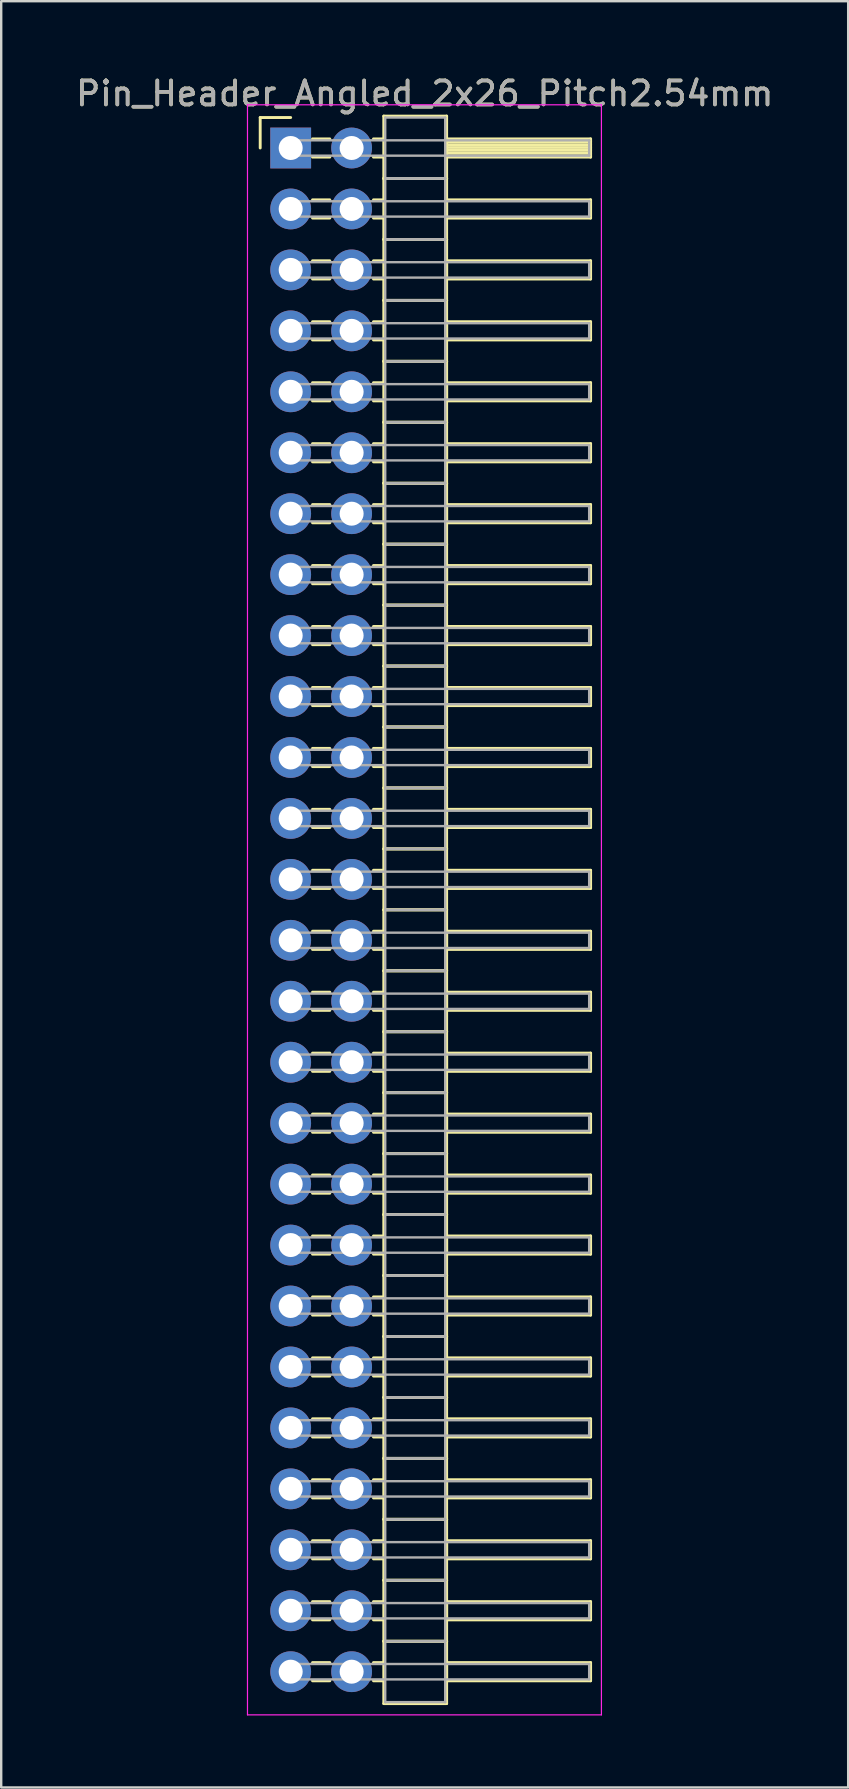
<source format=kicad_pcb>
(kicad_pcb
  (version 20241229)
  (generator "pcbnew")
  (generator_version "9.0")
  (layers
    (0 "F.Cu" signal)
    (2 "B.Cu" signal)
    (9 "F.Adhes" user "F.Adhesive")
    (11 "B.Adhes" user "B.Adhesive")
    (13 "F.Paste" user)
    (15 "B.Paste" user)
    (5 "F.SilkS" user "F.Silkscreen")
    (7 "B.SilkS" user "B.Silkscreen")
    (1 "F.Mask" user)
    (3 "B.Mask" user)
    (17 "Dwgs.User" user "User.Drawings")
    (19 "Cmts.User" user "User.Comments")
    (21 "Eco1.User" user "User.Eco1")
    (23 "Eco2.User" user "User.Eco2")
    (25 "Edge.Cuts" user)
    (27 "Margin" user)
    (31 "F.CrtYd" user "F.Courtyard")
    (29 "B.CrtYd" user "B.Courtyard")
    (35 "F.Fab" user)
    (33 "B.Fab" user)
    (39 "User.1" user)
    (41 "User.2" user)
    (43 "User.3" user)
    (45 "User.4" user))
  (footprint "Pin_Header_Angled_2x26_Pitch2.54mm"
    (layer "F.Cu")
    (at 9.064 3.118)
    (property "Reference" "Pin_Header_Angled_2x26_Pitch2.54mm" (at 5.585 -2.27 0) (layer "F.SilkS") (effects (font (size 1 1) (thickness 0.15))))
    (attr through_hole)
    (fp_line (start -1.27 -1.27) (end 0 -1.27) (stroke (width 0.12) (type solid)) (layer "F.SilkS"))
    (fp_line (start -1.27 0) (end -1.27 -1.27) (stroke (width 0.12) (type solid)) (layer "F.SilkS"))
    (fp_line (start 0.91 -0.38) (end 1.63 -0.38) (stroke (width 0.12) (type solid)) (layer "F.SilkS"))
    (fp_line (start 0.91 0.38) (end 1.63 0.38) (stroke (width 0.12) (type solid)) (layer "F.SilkS"))
    (fp_line (start 0.91 2.16) (end 1.63 2.16) (stroke (width 0.12) (type solid)) (layer "F.SilkS"))
    (fp_line (start 0.91 2.92) (end 1.63 2.92) (stroke (width 0.12) (type solid)) (layer "F.SilkS"))
    (fp_line (start 0.91 4.7) (end 1.63 4.7) (stroke (width 0.12) (type solid)) (layer "F.SilkS"))
    (fp_line (start 0.91 5.46) (end 1.63 5.46) (stroke (width 0.12) (type solid)) (layer "F.SilkS"))
    (fp_line (start 0.91 7.24) (end 1.63 7.24) (stroke (width 0.12) (type solid)) (layer "F.SilkS"))
    (fp_line (start 0.91 8) (end 1.63 8) (stroke (width 0.12) (type solid)) (layer "F.SilkS"))
    (fp_line (start 0.91 9.78) (end 1.63 9.78) (stroke (width 0.12) (type solid)) (layer "F.SilkS"))
    (fp_line (start 0.91 10.54) (end 1.63 10.54) (stroke (width 0.12) (type solid)) (layer "F.SilkS"))
    (fp_line (start 0.91 12.32) (end 1.63 12.32) (stroke (width 0.12) (type solid)) (layer "F.SilkS"))
    (fp_line (start 0.91 13.08) (end 1.63 13.08) (stroke (width 0.12) (type solid)) (layer "F.SilkS"))
    (fp_line (start 0.91 14.86) (end 1.63 14.86) (stroke (width 0.12) (type solid)) (layer "F.SilkS"))
    (fp_line (start 0.91 15.62) (end 1.63 15.62) (stroke (width 0.12) (type solid)) (layer "F.SilkS"))
    (fp_line (start 0.91 17.4) (end 1.63 17.4) (stroke (width 0.12) (type solid)) (layer "F.SilkS"))
    (fp_line (start 0.91 18.16) (end 1.63 18.16) (stroke (width 0.12) (type solid)) (layer "F.SilkS"))
    (fp_line (start 0.91 19.94) (end 1.63 19.94) (stroke (width 0.12) (type solid)) (layer "F.SilkS"))
    (fp_line (start 0.91 20.7) (end 1.63 20.7) (stroke (width 0.12) (type solid)) (layer "F.SilkS"))
    (fp_line (start 0.91 22.48) (end 1.63 22.48) (stroke (width 0.12) (type solid)) (layer "F.SilkS"))
    (fp_line (start 0.91 23.24) (end 1.63 23.24) (stroke (width 0.12) (type solid)) (layer "F.SilkS"))
    (fp_line (start 0.91 25.02) (end 1.63 25.02) (stroke (width 0.12) (type solid)) (layer "F.SilkS"))
    (fp_line (start 0.91 25.78) (end 1.63 25.78) (stroke (width 0.12) (type solid)) (layer "F.SilkS"))
    (fp_line (start 0.91 27.56) (end 1.63 27.56) (stroke (width 0.12) (type solid)) (layer "F.SilkS"))
    (fp_line (start 0.91 28.32) (end 1.63 28.32) (stroke (width 0.12) (type solid)) (layer "F.SilkS"))
    (fp_line (start 0.91 30.1) (end 1.63 30.1) (stroke (width 0.12) (type solid)) (layer "F.SilkS"))
    (fp_line (start 0.91 30.86) (end 1.63 30.86) (stroke (width 0.12) (type solid)) (layer "F.SilkS"))
    (fp_line (start 0.91 32.64) (end 1.63 32.64) (stroke (width 0.12) (type solid)) (layer "F.SilkS"))
    (fp_line (start 0.91 33.4) (end 1.63 33.4) (stroke (width 0.12) (type solid)) (layer "F.SilkS"))
    (fp_line (start 0.91 35.18) (end 1.63 35.18) (stroke (width 0.12) (type solid)) (layer "F.SilkS"))
    (fp_line (start 0.91 35.94) (end 1.63 35.94) (stroke (width 0.12) (type solid)) (layer "F.SilkS"))
    (fp_line (start 0.91 37.72) (end 1.63 37.72) (stroke (width 0.12) (type solid)) (layer "F.SilkS"))
    (fp_line (start 0.91 38.48) (end 1.63 38.48) (stroke (width 0.12) (type solid)) (layer "F.SilkS"))
    (fp_line (start 0.91 40.26) (end 1.63 40.26) (stroke (width 0.12) (type solid)) (layer "F.SilkS"))
    (fp_line (start 0.91 41.02) (end 1.63 41.02) (stroke (width 0.12) (type solid)) (layer "F.SilkS"))
    (fp_line (start 0.91 42.8) (end 1.63 42.8) (stroke (width 0.12) (type solid)) (layer "F.SilkS"))
    (fp_line (start 0.91 43.56) (end 1.63 43.56) (stroke (width 0.12) (type solid)) (layer "F.SilkS"))
    (fp_line (start 0.91 45.34) (end 1.63 45.34) (stroke (width 0.12) (type solid)) (layer "F.SilkS"))
    (fp_line (start 0.91 46.1) (end 1.63 46.1) (stroke (width 0.12) (type solid)) (layer "F.SilkS"))
    (fp_line (start 0.91 47.88) (end 1.63 47.88) (stroke (width 0.12) (type solid)) (layer "F.SilkS"))
    (fp_line (start 0.91 48.64) (end 1.63 48.64) (stroke (width 0.12) (type solid)) (layer "F.SilkS"))
    (fp_line (start 0.91 50.42) (end 1.63 50.42) (stroke (width 0.12) (type solid)) (layer "F.SilkS"))
    (fp_line (start 0.91 51.18) (end 1.63 51.18) (stroke (width 0.12) (type solid)) (layer "F.SilkS"))
    (fp_line (start 0.91 52.96) (end 1.63 52.96) (stroke (width 0.12) (type solid)) (layer "F.SilkS"))
    (fp_line (start 0.91 53.72) (end 1.63 53.72) (stroke (width 0.12) (type solid)) (layer "F.SilkS"))
    (fp_line (start 0.91 55.5) (end 1.63 55.5) (stroke (width 0.12) (type solid)) (layer "F.SilkS"))
    (fp_line (start 0.91 56.26) (end 1.63 56.26) (stroke (width 0.12) (type solid)) (layer "F.SilkS"))
    (fp_line (start 0.91 58.04) (end 1.63 58.04) (stroke (width 0.12) (type solid)) (layer "F.SilkS"))
    (fp_line (start 0.91 58.8) (end 1.63 58.8) (stroke (width 0.12) (type solid)) (layer "F.SilkS"))
    (fp_line (start 0.91 60.58) (end 1.63 60.58) (stroke (width 0.12) (type solid)) (layer "F.SilkS"))
    (fp_line (start 0.91 61.34) (end 1.63 61.34) (stroke (width 0.12) (type solid)) (layer "F.SilkS"))
    (fp_line (start 0.91 63.12) (end 1.63 63.12) (stroke (width 0.12) (type solid)) (layer "F.SilkS"))
    (fp_line (start 0.91 63.88) (end 1.63 63.88) (stroke (width 0.12) (type solid)) (layer "F.SilkS"))
    (fp_line (start 3.45 -0.38) (end 3.88 -0.38) (stroke (width 0.12) (type solid)) (layer "F.SilkS"))
    (fp_line (start 3.45 0.38) (end 3.88 0.38) (stroke (width 0.12) (type solid)) (layer "F.SilkS"))
    (fp_line (start 3.45 2.16) (end 3.88 2.16) (stroke (width 0.12) (type solid)) (layer "F.SilkS"))
    (fp_line (start 3.45 2.92) (end 3.88 2.92) (stroke (width 0.12) (type solid)) (layer "F.SilkS"))
    (fp_line (start 3.45 4.7) (end 3.88 4.7) (stroke (width 0.12) (type solid)) (layer "F.SilkS"))
    (fp_line (start 3.45 5.46) (end 3.88 5.46) (stroke (width 0.12) (type solid)) (layer "F.SilkS"))
    (fp_line (start 3.45 7.24) (end 3.88 7.24) (stroke (width 0.12) (type solid)) (layer "F.SilkS"))
    (fp_line (start 3.45 8) (end 3.88 8) (stroke (width 0.12) (type solid)) (layer "F.SilkS"))
    (fp_line (start 3.45 9.78) (end 3.88 9.78) (stroke (width 0.12) (type solid)) (layer "F.SilkS"))
    (fp_line (start 3.45 10.54) (end 3.88 10.54) (stroke (width 0.12) (type solid)) (layer "F.SilkS"))
    (fp_line (start 3.45 12.32) (end 3.88 12.32) (stroke (width 0.12) (type solid)) (layer "F.SilkS"))
    (fp_line (start 3.45 13.08) (end 3.88 13.08) (stroke (width 0.12) (type solid)) (layer "F.SilkS"))
    (fp_line (start 3.45 14.86) (end 3.88 14.86) (stroke (width 0.12) (type solid)) (layer "F.SilkS"))
    (fp_line (start 3.45 15.62) (end 3.88 15.62) (stroke (width 0.12) (type solid)) (layer "F.SilkS"))
    (fp_line (start 3.45 17.4) (end 3.88 17.4) (stroke (width 0.12) (type solid)) (layer "F.SilkS"))
    (fp_line (start 3.45 18.16) (end 3.88 18.16) (stroke (width 0.12) (type solid)) (layer "F.SilkS"))
    (fp_line (start 3.45 19.94) (end 3.88 19.94) (stroke (width 0.12) (type solid)) (layer "F.SilkS"))
    (fp_line (start 3.45 20.7) (end 3.88 20.7) (stroke (width 0.12) (type solid)) (layer "F.SilkS"))
    (fp_line (start 3.45 22.48) (end 3.88 22.48) (stroke (width 0.12) (type solid)) (layer "F.SilkS"))
    (fp_line (start 3.45 23.24) (end 3.88 23.24) (stroke (width 0.12) (type solid)) (layer "F.SilkS"))
    (fp_line (start 3.45 25.02) (end 3.88 25.02) (stroke (width 0.12) (type solid)) (layer "F.SilkS"))
    (fp_line (start 3.45 25.78) (end 3.88 25.78) (stroke (width 0.12) (type solid)) (layer "F.SilkS"))
    (fp_line (start 3.45 27.56) (end 3.88 27.56) (stroke (width 0.12) (type solid)) (layer "F.SilkS"))
    (fp_line (start 3.45 28.32) (end 3.88 28.32) (stroke (width 0.12) (type solid)) (layer "F.SilkS"))
    (fp_line (start 3.45 30.1) (end 3.88 30.1) (stroke (width 0.12) (type solid)) (layer "F.SilkS"))
    (fp_line (start 3.45 30.86) (end 3.88 30.86) (stroke (width 0.12) (type solid)) (layer "F.SilkS"))
    (fp_line (start 3.45 32.64) (end 3.88 32.64) (stroke (width 0.12) (type solid)) (layer "F.SilkS"))
    (fp_line (start 3.45 33.4) (end 3.88 33.4) (stroke (width 0.12) (type solid)) (layer "F.SilkS"))
    (fp_line (start 3.45 35.18) (end 3.88 35.18) (stroke (width 0.12) (type solid)) (layer "F.SilkS"))
    (fp_line (start 3.45 35.94) (end 3.88 35.94) (stroke (width 0.12) (type solid)) (layer "F.SilkS"))
    (fp_line (start 3.45 37.72) (end 3.88 37.72) (stroke (width 0.12) (type solid)) (layer "F.SilkS"))
    (fp_line (start 3.45 38.48) (end 3.88 38.48) (stroke (width 0.12) (type solid)) (layer "F.SilkS"))
    (fp_line (start 3.45 40.26) (end 3.88 40.26) (stroke (width 0.12) (type solid)) (layer "F.SilkS"))
    (fp_line (start 3.45 41.02) (end 3.88 41.02) (stroke (width 0.12) (type solid)) (layer "F.SilkS"))
    (fp_line (start 3.45 42.8) (end 3.88 42.8) (stroke (width 0.12) (type solid)) (layer "F.SilkS"))
    (fp_line (start 3.45 43.56) (end 3.88 43.56) (stroke (width 0.12) (type solid)) (layer "F.SilkS"))
    (fp_line (start 3.45 45.34) (end 3.88 45.34) (stroke (width 0.12) (type solid)) (layer "F.SilkS"))
    (fp_line (start 3.45 46.1) (end 3.88 46.1) (stroke (width 0.12) (type solid)) (layer "F.SilkS"))
    (fp_line (start 3.45 47.88) (end 3.88 47.88) (stroke (width 0.12) (type solid)) (layer "F.SilkS"))
    (fp_line (start 3.45 48.64) (end 3.88 48.64) (stroke (width 0.12) (type solid)) (layer "F.SilkS"))
    (fp_line (start 3.45 50.42) (end 3.88 50.42) (stroke (width 0.12) (type solid)) (layer "F.SilkS"))
    (fp_line (start 3.45 51.18) (end 3.88 51.18) (stroke (width 0.12) (type solid)) (layer "F.SilkS"))
    (fp_line (start 3.45 52.96) (end 3.88 52.96) (stroke (width 0.12) (type solid)) (layer "F.SilkS"))
    (fp_line (start 3.45 53.72) (end 3.88 53.72) (stroke (width 0.12) (type solid)) (layer "F.SilkS"))
    (fp_line (start 3.45 55.5) (end 3.88 55.5) (stroke (width 0.12) (type solid)) (layer "F.SilkS"))
    (fp_line (start 3.45 56.26) (end 3.88 56.26) (stroke (width 0.12) (type solid)) (layer "F.SilkS"))
    (fp_line (start 3.45 58.04) (end 3.88 58.04) (stroke (width 0.12) (type solid)) (layer "F.SilkS"))
    (fp_line (start 3.45 58.8) (end 3.88 58.8) (stroke (width 0.12) (type solid)) (layer "F.SilkS"))
    (fp_line (start 3.45 60.58) (end 3.88 60.58) (stroke (width 0.12) (type solid)) (layer "F.SilkS"))
    (fp_line (start 3.45 61.34) (end 3.88 61.34) (stroke (width 0.12) (type solid)) (layer "F.SilkS"))
    (fp_line (start 3.45 63.12) (end 3.88 63.12) (stroke (width 0.12) (type solid)) (layer "F.SilkS"))
    (fp_line (start 3.45 63.88) (end 3.88 63.88) (stroke (width 0.12) (type solid)) (layer "F.SilkS"))
    (fp_line (start 3.88 -1.33) (end 3.88 1.27) (stroke (width 0.12) (type solid)) (layer "F.SilkS"))
    (fp_line (start 3.88 1.27) (end 3.88 3.81) (stroke (width 0.12) (type solid)) (layer "F.SilkS"))
    (fp_line (start 3.88 1.27) (end 6.5 1.27) (stroke (width 0.12) (type solid)) (layer "F.SilkS"))
    (fp_line (start 3.88 3.81) (end 3.88 6.35) (stroke (width 0.12) (type solid)) (layer "F.SilkS"))
    (fp_line (start 3.88 3.81) (end 6.5 3.81) (stroke (width 0.12) (type solid)) (layer "F.SilkS"))
    (fp_line (start 3.88 6.35) (end 3.88 8.89) (stroke (width 0.12) (type solid)) (layer "F.SilkS"))
    (fp_line (start 3.88 6.35) (end 6.5 6.35) (stroke (width 0.12) (type solid)) (layer "F.SilkS"))
    (fp_line (start 3.88 8.89) (end 3.88 11.43) (stroke (width 0.12) (type solid)) (layer "F.SilkS"))
    (fp_line (start 3.88 8.89) (end 6.5 8.89) (stroke (width 0.12) (type solid)) (layer "F.SilkS"))
    (fp_line (start 3.88 11.43) (end 3.88 13.97) (stroke (width 0.12) (type solid)) (layer "F.SilkS"))
    (fp_line (start 3.88 11.43) (end 6.5 11.43) (stroke (width 0.12) (type solid)) (layer "F.SilkS"))
    (fp_line (start 3.88 13.97) (end 3.88 16.51) (stroke (width 0.12) (type solid)) (layer "F.SilkS"))
    (fp_line (start 3.88 13.97) (end 6.5 13.97) (stroke (width 0.12) (type solid)) (layer "F.SilkS"))
    (fp_line (start 3.88 16.51) (end 3.88 19.05) (stroke (width 0.12) (type solid)) (layer "F.SilkS"))
    (fp_line (start 3.88 16.51) (end 6.5 16.51) (stroke (width 0.12) (type solid)) (layer "F.SilkS"))
    (fp_line (start 3.88 19.05) (end 3.88 21.59) (stroke (width 0.12) (type solid)) (layer "F.SilkS"))
    (fp_line (start 3.88 19.05) (end 6.5 19.05) (stroke (width 0.12) (type solid)) (layer "F.SilkS"))
    (fp_line (start 3.88 21.59) (end 3.88 24.13) (stroke (width 0.12) (type solid)) (layer "F.SilkS"))
    (fp_line (start 3.88 21.59) (end 6.5 21.59) (stroke (width 0.12) (type solid)) (layer "F.SilkS"))
    (fp_line (start 3.88 24.13) (end 3.88 26.67) (stroke (width 0.12) (type solid)) (layer "F.SilkS"))
    (fp_line (start 3.88 24.13) (end 6.5 24.13) (stroke (width 0.12) (type solid)) (layer "F.SilkS"))
    (fp_line (start 3.88 26.67) (end 3.88 29.21) (stroke (width 0.12) (type solid)) (layer "F.SilkS"))
    (fp_line (start 3.88 26.67) (end 6.5 26.67) (stroke (width 0.12) (type solid)) (layer "F.SilkS"))
    (fp_line (start 3.88 29.21) (end 3.88 31.75) (stroke (width 0.12) (type solid)) (layer "F.SilkS"))
    (fp_line (start 3.88 29.21) (end 6.5 29.21) (stroke (width 0.12) (type solid)) (layer "F.SilkS"))
    (fp_line (start 3.88 31.75) (end 3.88 34.29) (stroke (width 0.12) (type solid)) (layer "F.SilkS"))
    (fp_line (start 3.88 31.75) (end 6.5 31.75) (stroke (width 0.12) (type solid)) (layer "F.SilkS"))
    (fp_line (start 3.88 34.29) (end 3.88 36.83) (stroke (width 0.12) (type solid)) (layer "F.SilkS"))
    (fp_line (start 3.88 34.29) (end 6.5 34.29) (stroke (width 0.12) (type solid)) (layer "F.SilkS"))
    (fp_line (start 3.88 36.83) (end 3.88 39.37) (stroke (width 0.12) (type solid)) (layer "F.SilkS"))
    (fp_line (start 3.88 36.83) (end 6.5 36.83) (stroke (width 0.12) (type solid)) (layer "F.SilkS"))
    (fp_line (start 3.88 39.37) (end 3.88 41.91) (stroke (width 0.12) (type solid)) (layer "F.SilkS"))
    (fp_line (start 3.88 39.37) (end 6.5 39.37) (stroke (width 0.12) (type solid)) (layer "F.SilkS"))
    (fp_line (start 3.88 41.91) (end 3.88 44.45) (stroke (width 0.12) (type solid)) (layer "F.SilkS"))
    (fp_line (start 3.88 41.91) (end 6.5 41.91) (stroke (width 0.12) (type solid)) (layer "F.SilkS"))
    (fp_line (start 3.88 44.45) (end 3.88 46.99) (stroke (width 0.12) (type solid)) (layer "F.SilkS"))
    (fp_line (start 3.88 44.45) (end 6.5 44.45) (stroke (width 0.12) (type solid)) (layer "F.SilkS"))
    (fp_line (start 3.88 46.99) (end 3.88 49.53) (stroke (width 0.12) (type solid)) (layer "F.SilkS"))
    (fp_line (start 3.88 46.99) (end 6.5 46.99) (stroke (width 0.12) (type solid)) (layer "F.SilkS"))
    (fp_line (start 3.88 49.53) (end 3.88 52.07) (stroke (width 0.12) (type solid)) (layer "F.SilkS"))
    (fp_line (start 3.88 49.53) (end 6.5 49.53) (stroke (width 0.12) (type solid)) (layer "F.SilkS"))
    (fp_line (start 3.88 52.07) (end 3.88 54.61) (stroke (width 0.12) (type solid)) (layer "F.SilkS"))
    (fp_line (start 3.88 52.07) (end 6.5 52.07) (stroke (width 0.12) (type solid)) (layer "F.SilkS"))
    (fp_line (start 3.88 54.61) (end 3.88 57.15) (stroke (width 0.12) (type solid)) (layer "F.SilkS"))
    (fp_line (start 3.88 54.61) (end 6.5 54.61) (stroke (width 0.12) (type solid)) (layer "F.SilkS"))
    (fp_line (start 3.88 57.15) (end 3.88 59.69) (stroke (width 0.12) (type solid)) (layer "F.SilkS"))
    (fp_line (start 3.88 57.15) (end 6.5 57.15) (stroke (width 0.12) (type solid)) (layer "F.SilkS"))
    (fp_line (start 3.88 59.69) (end 3.88 62.23) (stroke (width 0.12) (type solid)) (layer "F.SilkS"))
    (fp_line (start 3.88 59.69) (end 6.5 59.69) (stroke (width 0.12) (type solid)) (layer "F.SilkS"))
    (fp_line (start 3.88 62.23) (end 3.88 64.83) (stroke (width 0.12) (type solid)) (layer "F.SilkS"))
    (fp_line (start 3.88 62.23) (end 6.5 62.23) (stroke (width 0.12) (type solid)) (layer "F.SilkS"))
    (fp_line (start 3.88 64.83) (end 6.5 64.83) (stroke (width 0.12) (type solid)) (layer "F.SilkS"))
    (fp_line (start 6.5 -1.33) (end 3.88 -1.33) (stroke (width 0.12) (type solid)) (layer "F.SilkS"))
    (fp_line (start 6.5 -0.38) (end 6.5 0.38) (stroke (width 0.12) (type solid)) (layer "F.SilkS"))
    (fp_line (start 6.5 -0.26) (end 12.5 -0.26) (stroke (width 0.12) (type solid)) (layer "F.SilkS"))
    (fp_line (start 6.5 -0.14) (end 12.5 -0.14) (stroke (width 0.12) (type solid)) (layer "F.SilkS"))
    (fp_line (start 6.5 -0.02) (end 12.5 -0.02) (stroke (width 0.12) (type solid)) (layer "F.SilkS"))
    (fp_line (start 6.5 0.1) (end 12.5 0.1) (stroke (width 0.12) (type solid)) (layer "F.SilkS"))
    (fp_line (start 6.5 0.22) (end 12.5 0.22) (stroke (width 0.12) (type solid)) (layer "F.SilkS"))
    (fp_line (start 6.5 0.34) (end 12.5 0.34) (stroke (width 0.12) (type solid)) (layer "F.SilkS"))
    (fp_line (start 6.5 0.38) (end 12.5 0.38) (stroke (width 0.12) (type solid)) (layer "F.SilkS"))
    (fp_line (start 6.5 1.27) (end 3.88 1.27) (stroke (width 0.12) (type solid)) (layer "F.SilkS"))
    (fp_line (start 6.5 1.27) (end 6.5 -1.33) (stroke (width 0.12) (type solid)) (layer "F.SilkS"))
    (fp_line (start 6.5 2.16) (end 6.5 2.92) (stroke (width 0.12) (type solid)) (layer "F.SilkS"))
    (fp_line (start 6.5 2.92) (end 12.5 2.92) (stroke (width 0.12) (type solid)) (layer "F.SilkS"))
    (fp_line (start 6.5 3.81) (end 3.88 3.81) (stroke (width 0.12) (type solid)) (layer "F.SilkS"))
    (fp_line (start 6.5 3.81) (end 6.5 1.27) (stroke (width 0.12) (type solid)) (layer "F.SilkS"))
    (fp_line (start 6.5 4.7) (end 6.5 5.46) (stroke (width 0.12) (type solid)) (layer "F.SilkS"))
    (fp_line (start 6.5 5.46) (end 12.5 5.46) (stroke (width 0.12) (type solid)) (layer "F.SilkS"))
    (fp_line (start 6.5 6.35) (end 3.88 6.35) (stroke (width 0.12) (type solid)) (layer "F.SilkS"))
    (fp_line (start 6.5 6.35) (end 6.5 3.81) (stroke (width 0.12) (type solid)) (layer "F.SilkS"))
    (fp_line (start 6.5 7.24) (end 6.5 8) (stroke (width 0.12) (type solid)) (layer "F.SilkS"))
    (fp_line (start 6.5 8) (end 12.5 8) (stroke (width 0.12) (type solid)) (layer "F.SilkS"))
    (fp_line (start 6.5 8.89) (end 3.88 8.89) (stroke (width 0.12) (type solid)) (layer "F.SilkS"))
    (fp_line (start 6.5 8.89) (end 6.5 6.35) (stroke (width 0.12) (type solid)) (layer "F.SilkS"))
    (fp_line (start 6.5 9.78) (end 6.5 10.54) (stroke (width 0.12) (type solid)) (layer "F.SilkS"))
    (fp_line (start 6.5 10.54) (end 12.5 10.54) (stroke (width 0.12) (type solid)) (layer "F.SilkS"))
    (fp_line (start 6.5 11.43) (end 3.88 11.43) (stroke (width 0.12) (type solid)) (layer "F.SilkS"))
    (fp_line (start 6.5 11.43) (end 6.5 8.89) (stroke (width 0.12) (type solid)) (layer "F.SilkS"))
    (fp_line (start 6.5 12.32) (end 6.5 13.08) (stroke (width 0.12) (type solid)) (layer "F.SilkS"))
    (fp_line (start 6.5 13.08) (end 12.5 13.08) (stroke (width 0.12) (type solid)) (layer "F.SilkS"))
    (fp_line (start 6.5 13.97) (end 3.88 13.97) (stroke (width 0.12) (type solid)) (layer "F.SilkS"))
    (fp_line (start 6.5 13.97) (end 6.5 11.43) (stroke (width 0.12) (type solid)) (layer "F.SilkS"))
    (fp_line (start 6.5 14.86) (end 6.5 15.62) (stroke (width 0.12) (type solid)) (layer "F.SilkS"))
    (fp_line (start 6.5 15.62) (end 12.5 15.62) (stroke (width 0.12) (type solid)) (layer "F.SilkS"))
    (fp_line (start 6.5 16.51) (end 3.88 16.51) (stroke (width 0.12) (type solid)) (layer "F.SilkS"))
    (fp_line (start 6.5 16.51) (end 6.5 13.97) (stroke (width 0.12) (type solid)) (layer "F.SilkS"))
    (fp_line (start 6.5 17.4) (end 6.5 18.16) (stroke (width 0.12) (type solid)) (layer "F.SilkS"))
    (fp_line (start 6.5 18.16) (end 12.5 18.16) (stroke (width 0.12) (type solid)) (layer "F.SilkS"))
    (fp_line (start 6.5 19.05) (end 3.88 19.05) (stroke (width 0.12) (type solid)) (layer "F.SilkS"))
    (fp_line (start 6.5 19.05) (end 6.5 16.51) (stroke (width 0.12) (type solid)) (layer "F.SilkS"))
    (fp_line (start 6.5 19.94) (end 6.5 20.7) (stroke (width 0.12) (type solid)) (layer "F.SilkS"))
    (fp_line (start 6.5 20.7) (end 12.5 20.7) (stroke (width 0.12) (type solid)) (layer "F.SilkS"))
    (fp_line (start 6.5 21.59) (end 3.88 21.59) (stroke (width 0.12) (type solid)) (layer "F.SilkS"))
    (fp_line (start 6.5 21.59) (end 6.5 19.05) (stroke (width 0.12) (type solid)) (layer "F.SilkS"))
    (fp_line (start 6.5 22.48) (end 6.5 23.24) (stroke (width 0.12) (type solid)) (layer "F.SilkS"))
    (fp_line (start 6.5 23.24) (end 12.5 23.24) (stroke (width 0.12) (type solid)) (layer "F.SilkS"))
    (fp_line (start 6.5 24.13) (end 3.88 24.13) (stroke (width 0.12) (type solid)) (layer "F.SilkS"))
    (fp_line (start 6.5 24.13) (end 6.5 21.59) (stroke (width 0.12) (type solid)) (layer "F.SilkS"))
    (fp_line (start 6.5 25.02) (end 6.5 25.78) (stroke (width 0.12) (type solid)) (layer "F.SilkS"))
    (fp_line (start 6.5 25.78) (end 12.5 25.78) (stroke (width 0.12) (type solid)) (layer "F.SilkS"))
    (fp_line (start 6.5 26.67) (end 3.88 26.67) (stroke (width 0.12) (type solid)) (layer "F.SilkS"))
    (fp_line (start 6.5 26.67) (end 6.5 24.13) (stroke (width 0.12) (type solid)) (layer "F.SilkS"))
    (fp_line (start 6.5 27.56) (end 6.5 28.32) (stroke (width 0.12) (type solid)) (layer "F.SilkS"))
    (fp_line (start 6.5 28.32) (end 12.5 28.32) (stroke (width 0.12) (type solid)) (layer "F.SilkS"))
    (fp_line (start 6.5 29.21) (end 3.88 29.21) (stroke (width 0.12) (type solid)) (layer "F.SilkS"))
    (fp_line (start 6.5 29.21) (end 6.5 26.67) (stroke (width 0.12) (type solid)) (layer "F.SilkS"))
    (fp_line (start 6.5 30.1) (end 6.5 30.86) (stroke (width 0.12) (type solid)) (layer "F.SilkS"))
    (fp_line (start 6.5 30.86) (end 12.5 30.86) (stroke (width 0.12) (type solid)) (layer "F.SilkS"))
    (fp_line (start 6.5 31.75) (end 3.88 31.75) (stroke (width 0.12) (type solid)) (layer "F.SilkS"))
    (fp_line (start 6.5 31.75) (end 6.5 29.21) (stroke (width 0.12) (type solid)) (layer "F.SilkS"))
    (fp_line (start 6.5 32.64) (end 6.5 33.4) (stroke (width 0.12) (type solid)) (layer "F.SilkS"))
    (fp_line (start 6.5 33.4) (end 12.5 33.4) (stroke (width 0.12) (type solid)) (layer "F.SilkS"))
    (fp_line (start 6.5 34.29) (end 3.88 34.29) (stroke (width 0.12) (type solid)) (layer "F.SilkS"))
    (fp_line (start 6.5 34.29) (end 6.5 31.75) (stroke (width 0.12) (type solid)) (layer "F.SilkS"))
    (fp_line (start 6.5 35.18) (end 6.5 35.94) (stroke (width 0.12) (type solid)) (layer "F.SilkS"))
    (fp_line (start 6.5 35.94) (end 12.5 35.94) (stroke (width 0.12) (type solid)) (layer "F.SilkS"))
    (fp_line (start 6.5 36.83) (end 3.88 36.83) (stroke (width 0.12) (type solid)) (layer "F.SilkS"))
    (fp_line (start 6.5 36.83) (end 6.5 34.29) (stroke (width 0.12) (type solid)) (layer "F.SilkS"))
    (fp_line (start 6.5 37.72) (end 6.5 38.48) (stroke (width 0.12) (type solid)) (layer "F.SilkS"))
    (fp_line (start 6.5 38.48) (end 12.5 38.48) (stroke (width 0.12) (type solid)) (layer "F.SilkS"))
    (fp_line (start 6.5 39.37) (end 3.88 39.37) (stroke (width 0.12) (type solid)) (layer "F.SilkS"))
    (fp_line (start 6.5 39.37) (end 6.5 36.83) (stroke (width 0.12) (type solid)) (layer "F.SilkS"))
    (fp_line (start 6.5 40.26) (end 6.5 41.02) (stroke (width 0.12) (type solid)) (layer "F.SilkS"))
    (fp_line (start 6.5 41.02) (end 12.5 41.02) (stroke (width 0.12) (type solid)) (layer "F.SilkS"))
    (fp_line (start 6.5 41.91) (end 3.88 41.91) (stroke (width 0.12) (type solid)) (layer "F.SilkS"))
    (fp_line (start 6.5 41.91) (end 6.5 39.37) (stroke (width 0.12) (type solid)) (layer "F.SilkS"))
    (fp_line (start 6.5 42.8) (end 6.5 43.56) (stroke (width 0.12) (type solid)) (layer "F.SilkS"))
    (fp_line (start 6.5 43.56) (end 12.5 43.56) (stroke (width 0.12) (type solid)) (layer "F.SilkS"))
    (fp_line (start 6.5 44.45) (end 3.88 44.45) (stroke (width 0.12) (type solid)) (layer "F.SilkS"))
    (fp_line (start 6.5 44.45) (end 6.5 41.91) (stroke (width 0.12) (type solid)) (layer "F.SilkS"))
    (fp_line (start 6.5 45.34) (end 6.5 46.1) (stroke (width 0.12) (type solid)) (layer "F.SilkS"))
    (fp_line (start 6.5 46.1) (end 12.5 46.1) (stroke (width 0.12) (type solid)) (layer "F.SilkS"))
    (fp_line (start 6.5 46.99) (end 3.88 46.99) (stroke (width 0.12) (type solid)) (layer "F.SilkS"))
    (fp_line (start 6.5 46.99) (end 6.5 44.45) (stroke (width 0.12) (type solid)) (layer "F.SilkS"))
    (fp_line (start 6.5 47.88) (end 6.5 48.64) (stroke (width 0.12) (type solid)) (layer "F.SilkS"))
    (fp_line (start 6.5 48.64) (end 12.5 48.64) (stroke (width 0.12) (type solid)) (layer "F.SilkS"))
    (fp_line (start 6.5 49.53) (end 3.88 49.53) (stroke (width 0.12) (type solid)) (layer "F.SilkS"))
    (fp_line (start 6.5 49.53) (end 6.5 46.99) (stroke (width 0.12) (type solid)) (layer "F.SilkS"))
    (fp_line (start 6.5 50.42) (end 6.5 51.18) (stroke (width 0.12) (type solid)) (layer "F.SilkS"))
    (fp_line (start 6.5 51.18) (end 12.5 51.18) (stroke (width 0.12) (type solid)) (layer "F.SilkS"))
    (fp_line (start 6.5 52.07) (end 3.88 52.07) (stroke (width 0.12) (type solid)) (layer "F.SilkS"))
    (fp_line (start 6.5 52.07) (end 6.5 49.53) (stroke (width 0.12) (type solid)) (layer "F.SilkS"))
    (fp_line (start 6.5 52.96) (end 6.5 53.72) (stroke (width 0.12) (type solid)) (layer "F.SilkS"))
    (fp_line (start 6.5 53.72) (end 12.5 53.72) (stroke (width 0.12) (type solid)) (layer "F.SilkS"))
    (fp_line (start 6.5 54.61) (end 3.88 54.61) (stroke (width 0.12) (type solid)) (layer "F.SilkS"))
    (fp_line (start 6.5 54.61) (end 6.5 52.07) (stroke (width 0.12) (type solid)) (layer "F.SilkS"))
    (fp_line (start 6.5 55.5) (end 6.5 56.26) (stroke (width 0.12) (type solid)) (layer "F.SilkS"))
    (fp_line (start 6.5 56.26) (end 12.5 56.26) (stroke (width 0.12) (type solid)) (layer "F.SilkS"))
    (fp_line (start 6.5 57.15) (end 3.88 57.15) (stroke (width 0.12) (type solid)) (layer "F.SilkS"))
    (fp_line (start 6.5 57.15) (end 6.5 54.61) (stroke (width 0.12) (type solid)) (layer "F.SilkS"))
    (fp_line (start 6.5 58.04) (end 6.5 58.8) (stroke (width 0.12) (type solid)) (layer "F.SilkS"))
    (fp_line (start 6.5 58.8) (end 12.5 58.8) (stroke (width 0.12) (type solid)) (layer "F.SilkS"))
    (fp_line (start 6.5 59.69) (end 3.88 59.69) (stroke (width 0.12) (type solid)) (layer "F.SilkS"))
    (fp_line (start 6.5 59.69) (end 6.5 57.15) (stroke (width 0.12) (type solid)) (layer "F.SilkS"))
    (fp_line (start 6.5 60.58) (end 6.5 61.34) (stroke (width 0.12) (type solid)) (layer "F.SilkS"))
    (fp_line (start 6.5 61.34) (end 12.5 61.34) (stroke (width 0.12) (type solid)) (layer "F.SilkS"))
    (fp_line (start 6.5 62.23) (end 3.88 62.23) (stroke (width 0.12) (type solid)) (layer "F.SilkS"))
    (fp_line (start 6.5 62.23) (end 6.5 59.69) (stroke (width 0.12) (type solid)) (layer "F.SilkS"))
    (fp_line (start 6.5 63.12) (end 6.5 63.88) (stroke (width 0.12) (type solid)) (layer "F.SilkS"))
    (fp_line (start 6.5 63.88) (end 12.5 63.88) (stroke (width 0.12) (type solid)) (layer "F.SilkS"))
    (fp_line (start 6.5 64.83) (end 6.5 62.23) (stroke (width 0.12) (type solid)) (layer "F.SilkS"))
    (fp_line (start 12.5 -0.38) (end 6.5 -0.38) (stroke (width 0.12) (type solid)) (layer "F.SilkS"))
    (fp_line (start 12.5 0.38) (end 12.5 -0.38) (stroke (width 0.12) (type solid)) (layer "F.SilkS"))
    (fp_line (start 12.5 2.16) (end 6.5 2.16) (stroke (width 0.12) (type solid)) (layer "F.SilkS"))
    (fp_line (start 12.5 2.92) (end 12.5 2.16) (stroke (width 0.12) (type solid)) (layer "F.SilkS"))
    (fp_line (start 12.5 4.7) (end 6.5 4.7) (stroke (width 0.12) (type solid)) (layer "F.SilkS"))
    (fp_line (start 12.5 5.46) (end 12.5 4.7) (stroke (width 0.12) (type solid)) (layer "F.SilkS"))
    (fp_line (start 12.5 7.24) (end 6.5 7.24) (stroke (width 0.12) (type solid)) (layer "F.SilkS"))
    (fp_line (start 12.5 8) (end 12.5 7.24) (stroke (width 0.12) (type solid)) (layer "F.SilkS"))
    (fp_line (start 12.5 9.78) (end 6.5 9.78) (stroke (width 0.12) (type solid)) (layer "F.SilkS"))
    (fp_line (start 12.5 10.54) (end 12.5 9.78) (stroke (width 0.12) (type solid)) (layer "F.SilkS"))
    (fp_line (start 12.5 12.32) (end 6.5 12.32) (stroke (width 0.12) (type solid)) (layer "F.SilkS"))
    (fp_line (start 12.5 13.08) (end 12.5 12.32) (stroke (width 0.12) (type solid)) (layer "F.SilkS"))
    (fp_line (start 12.5 14.86) (end 6.5 14.86) (stroke (width 0.12) (type solid)) (layer "F.SilkS"))
    (fp_line (start 12.5 15.62) (end 12.5 14.86) (stroke (width 0.12) (type solid)) (layer "F.SilkS"))
    (fp_line (start 12.5 17.4) (end 6.5 17.4) (stroke (width 0.12) (type solid)) (layer "F.SilkS"))
    (fp_line (start 12.5 18.16) (end 12.5 17.4) (stroke (width 0.12) (type solid)) (layer "F.SilkS"))
    (fp_line (start 12.5 19.94) (end 6.5 19.94) (stroke (width 0.12) (type solid)) (layer "F.SilkS"))
    (fp_line (start 12.5 20.7) (end 12.5 19.94) (stroke (width 0.12) (type solid)) (layer "F.SilkS"))
    (fp_line (start 12.5 22.48) (end 6.5 22.48) (stroke (width 0.12) (type solid)) (layer "F.SilkS"))
    (fp_line (start 12.5 23.24) (end 12.5 22.48) (stroke (width 0.12) (type solid)) (layer "F.SilkS"))
    (fp_line (start 12.5 25.02) (end 6.5 25.02) (stroke (width 0.12) (type solid)) (layer "F.SilkS"))
    (fp_line (start 12.5 25.78) (end 12.5 25.02) (stroke (width 0.12) (type solid)) (layer "F.SilkS"))
    (fp_line (start 12.5 27.56) (end 6.5 27.56) (stroke (width 0.12) (type solid)) (layer "F.SilkS"))
    (fp_line (start 12.5 28.32) (end 12.5 27.56) (stroke (width 0.12) (type solid)) (layer "F.SilkS"))
    (fp_line (start 12.5 30.1) (end 6.5 30.1) (stroke (width 0.12) (type solid)) (layer "F.SilkS"))
    (fp_line (start 12.5 30.86) (end 12.5 30.1) (stroke (width 0.12) (type solid)) (layer "F.SilkS"))
    (fp_line (start 12.5 32.64) (end 6.5 32.64) (stroke (width 0.12) (type solid)) (layer "F.SilkS"))
    (fp_line (start 12.5 33.4) (end 12.5 32.64) (stroke (width 0.12) (type solid)) (layer "F.SilkS"))
    (fp_line (start 12.5 35.18) (end 6.5 35.18) (stroke (width 0.12) (type solid)) (layer "F.SilkS"))
    (fp_line (start 12.5 35.94) (end 12.5 35.18) (stroke (width 0.12) (type solid)) (layer "F.SilkS"))
    (fp_line (start 12.5 37.72) (end 6.5 37.72) (stroke (width 0.12) (type solid)) (layer "F.SilkS"))
    (fp_line (start 12.5 38.48) (end 12.5 37.72) (stroke (width 0.12) (type solid)) (layer "F.SilkS"))
    (fp_line (start 12.5 40.26) (end 6.5 40.26) (stroke (width 0.12) (type solid)) (layer "F.SilkS"))
    (fp_line (start 12.5 41.02) (end 12.5 40.26) (stroke (width 0.12) (type solid)) (layer "F.SilkS"))
    (fp_line (start 12.5 42.8) (end 6.5 42.8) (stroke (width 0.12) (type solid)) (layer "F.SilkS"))
    (fp_line (start 12.5 43.56) (end 12.5 42.8) (stroke (width 0.12) (type solid)) (layer "F.SilkS"))
    (fp_line (start 12.5 45.34) (end 6.5 45.34) (stroke (width 0.12) (type solid)) (layer "F.SilkS"))
    (fp_line (start 12.5 46.1) (end 12.5 45.34) (stroke (width 0.12) (type solid)) (layer "F.SilkS"))
    (fp_line (start 12.5 47.88) (end 6.5 47.88) (stroke (width 0.12) (type solid)) (layer "F.SilkS"))
    (fp_line (start 12.5 48.64) (end 12.5 47.88) (stroke (width 0.12) (type solid)) (layer "F.SilkS"))
    (fp_line (start 12.5 50.42) (end 6.5 50.42) (stroke (width 0.12) (type solid)) (layer "F.SilkS"))
    (fp_line (start 12.5 51.18) (end 12.5 50.42) (stroke (width 0.12) (type solid)) (layer "F.SilkS"))
    (fp_line (start 12.5 52.96) (end 6.5 52.96) (stroke (width 0.12) (type solid)) (layer "F.SilkS"))
    (fp_line (start 12.5 53.72) (end 12.5 52.96) (stroke (width 0.12) (type solid)) (layer "F.SilkS"))
    (fp_line (start 12.5 55.5) (end 6.5 55.5) (stroke (width 0.12) (type solid)) (layer "F.SilkS"))
    (fp_line (start 12.5 56.26) (end 12.5 55.5) (stroke (width 0.12) (type solid)) (layer "F.SilkS"))
    (fp_line (start 12.5 58.04) (end 6.5 58.04) (stroke (width 0.12) (type solid)) (layer "F.SilkS"))
    (fp_line (start 12.5 58.8) (end 12.5 58.04) (stroke (width 0.12) (type solid)) (layer "F.SilkS"))
    (fp_line (start 12.5 60.58) (end 6.5 60.58) (stroke (width 0.12) (type solid)) (layer "F.SilkS"))
    (fp_line (start 12.5 61.34) (end 12.5 60.58) (stroke (width 0.12) (type solid)) (layer "F.SilkS"))
    (fp_line (start 12.5 63.12) (end 6.5 63.12) (stroke (width 0.12) (type solid)) (layer "F.SilkS"))
    (fp_line (start 12.5 63.88) (end 12.5 63.12) (stroke (width 0.12) (type solid)) (layer "F.SilkS"))
    (fp_line (start -1.8 -1.8) (end -1.8 65.3) (stroke (width 0.05) (type solid)) (layer "F.CrtYd"))
    (fp_line (start -1.8 65.3) (end 12.95 65.3) (stroke (width 0.05) (type solid)) (layer "F.CrtYd"))
    (fp_line (start 12.95 -1.8) (end -1.8 -1.8) (stroke (width 0.05) (type solid)) (layer "F.CrtYd"))
    (fp_line (start 12.95 65.3) (end 12.95 -1.8) (stroke (width 0.05) (type solid)) (layer "F.CrtYd"))
    (fp_line (start 0 -0.32) (end 0 0.32) (stroke (width 0.1) (type solid)) (layer "F.Fab"))
    (fp_line (start 0 0.32) (end 12.44 0.32) (stroke (width 0.1) (type solid)) (layer "F.Fab"))
    (fp_line (start 0 2.22) (end 0 2.86) (stroke (width 0.1) (type solid)) (layer "F.Fab"))
    (fp_line (start 0 2.86) (end 12.44 2.86) (stroke (width 0.1) (type solid)) (layer "F.Fab"))
    (fp_line (start 0 4.76) (end 0 5.4) (stroke (width 0.1) (type solid)) (layer "F.Fab"))
    (fp_line (start 0 5.4) (end 12.44 5.4) (stroke (width 0.1) (type solid)) (layer "F.Fab"))
    (fp_line (start 0 7.3) (end 0 7.94) (stroke (width 0.1) (type solid)) (layer "F.Fab"))
    (fp_line (start 0 7.94) (end 12.44 7.94) (stroke (width 0.1) (type solid)) (layer "F.Fab"))
    (fp_line (start 0 9.84) (end 0 10.48) (stroke (width 0.1) (type solid)) (layer "F.Fab"))
    (fp_line (start 0 10.48) (end 12.44 10.48) (stroke (width 0.1) (type solid)) (layer "F.Fab"))
    (fp_line (start 0 12.38) (end 0 13.02) (stroke (width 0.1) (type solid)) (layer "F.Fab"))
    (fp_line (start 0 13.02) (end 12.44 13.02) (stroke (width 0.1) (type solid)) (layer "F.Fab"))
    (fp_line (start 0 14.92) (end 0 15.56) (stroke (width 0.1) (type solid)) (layer "F.Fab"))
    (fp_line (start 0 15.56) (end 12.44 15.56) (stroke (width 0.1) (type solid)) (layer "F.Fab"))
    (fp_line (start 0 17.46) (end 0 18.1) (stroke (width 0.1) (type solid)) (layer "F.Fab"))
    (fp_line (start 0 18.1) (end 12.44 18.1) (stroke (width 0.1) (type solid)) (layer "F.Fab"))
    (fp_line (start 0 20) (end 0 20.64) (stroke (width 0.1) (type solid)) (layer "F.Fab"))
    (fp_line (start 0 20.64) (end 12.44 20.64) (stroke (width 0.1) (type solid)) (layer "F.Fab"))
    (fp_line (start 0 22.54) (end 0 23.18) (stroke (width 0.1) (type solid)) (layer "F.Fab"))
    (fp_line (start 0 23.18) (end 12.44 23.18) (stroke (width 0.1) (type solid)) (layer "F.Fab"))
    (fp_line (start 0 25.08) (end 0 25.72) (stroke (width 0.1) (type solid)) (layer "F.Fab"))
    (fp_line (start 0 25.72) (end 12.44 25.72) (stroke (width 0.1) (type solid)) (layer "F.Fab"))
    (fp_line (start 0 27.62) (end 0 28.26) (stroke (width 0.1) (type solid)) (layer "F.Fab"))
    (fp_line (start 0 28.26) (end 12.44 28.26) (stroke (width 0.1) (type solid)) (layer "F.Fab"))
    (fp_line (start 0 30.16) (end 0 30.8) (stroke (width 0.1) (type solid)) (layer "F.Fab"))
    (fp_line (start 0 30.8) (end 12.44 30.8) (stroke (width 0.1) (type solid)) (layer "F.Fab"))
    (fp_line (start 0 32.7) (end 0 33.34) (stroke (width 0.1) (type solid)) (layer "F.Fab"))
    (fp_line (start 0 33.34) (end 12.44 33.34) (stroke (width 0.1) (type solid)) (layer "F.Fab"))
    (fp_line (start 0 35.24) (end 0 35.88) (stroke (width 0.1) (type solid)) (layer "F.Fab"))
    (fp_line (start 0 35.88) (end 12.44 35.88) (stroke (width 0.1) (type solid)) (layer "F.Fab"))
    (fp_line (start 0 37.78) (end 0 38.42) (stroke (width 0.1) (type solid)) (layer "F.Fab"))
    (fp_line (start 0 38.42) (end 12.44 38.42) (stroke (width 0.1) (type solid)) (layer "F.Fab"))
    (fp_line (start 0 40.32) (end 0 40.96) (stroke (width 0.1) (type solid)) (layer "F.Fab"))
    (fp_line (start 0 40.96) (end 12.44 40.96) (stroke (width 0.1) (type solid)) (layer "F.Fab"))
    (fp_line (start 0 42.86) (end 0 43.5) (stroke (width 0.1) (type solid)) (layer "F.Fab"))
    (fp_line (start 0 43.5) (end 12.44 43.5) (stroke (width 0.1) (type solid)) (layer "F.Fab"))
    (fp_line (start 0 45.4) (end 0 46.04) (stroke (width 0.1) (type solid)) (layer "F.Fab"))
    (fp_line (start 0 46.04) (end 12.44 46.04) (stroke (width 0.1) (type solid)) (layer "F.Fab"))
    (fp_line (start 0 47.94) (end 0 48.58) (stroke (width 0.1) (type solid)) (layer "F.Fab"))
    (fp_line (start 0 48.58) (end 12.44 48.58) (stroke (width 0.1) (type solid)) (layer "F.Fab"))
    (fp_line (start 0 50.48) (end 0 51.12) (stroke (width 0.1) (type solid)) (layer "F.Fab"))
    (fp_line (start 0 51.12) (end 12.44 51.12) (stroke (width 0.1) (type solid)) (layer "F.Fab"))
    (fp_line (start 0 53.02) (end 0 53.66) (stroke (width 0.1) (type solid)) (layer "F.Fab"))
    (fp_line (start 0 53.66) (end 12.44 53.66) (stroke (width 0.1) (type solid)) (layer "F.Fab"))
    (fp_line (start 0 55.56) (end 0 56.2) (stroke (width 0.1) (type solid)) (layer "F.Fab"))
    (fp_line (start 0 56.2) (end 12.44 56.2) (stroke (width 0.1) (type solid)) (layer "F.Fab"))
    (fp_line (start 0 58.1) (end 0 58.74) (stroke (width 0.1) (type solid)) (layer "F.Fab"))
    (fp_line (start 0 58.74) (end 12.44 58.74) (stroke (width 0.1) (type solid)) (layer "F.Fab"))
    (fp_line (start 0 60.64) (end 0 61.28) (stroke (width 0.1) (type solid)) (layer "F.Fab"))
    (fp_line (start 0 61.28) (end 12.44 61.28) (stroke (width 0.1) (type solid)) (layer "F.Fab"))
    (fp_line (start 0 63.18) (end 0 63.82) (stroke (width 0.1) (type solid)) (layer "F.Fab"))
    (fp_line (start 0 63.82) (end 12.44 63.82) (stroke (width 0.1) (type solid)) (layer "F.Fab"))
    (fp_line (start 3.94 -1.27) (end 3.94 1.27) (stroke (width 0.1) (type solid)) (layer "F.Fab"))
    (fp_line (start 3.94 1.27) (end 3.94 3.81) (stroke (width 0.1) (type solid)) (layer "F.Fab"))
    (fp_line (start 3.94 1.27) (end 6.44 1.27) (stroke (width 0.1) (type solid)) (layer "F.Fab"))
    (fp_line (start 3.94 3.81) (end 3.94 6.35) (stroke (width 0.1) (type solid)) (layer "F.Fab"))
    (fp_line (start 3.94 3.81) (end 6.44 3.81) (stroke (width 0.1) (type solid)) (layer "F.Fab"))
    (fp_line (start 3.94 6.35) (end 3.94 8.89) (stroke (width 0.1) (type solid)) (layer "F.Fab"))
    (fp_line (start 3.94 6.35) (end 6.44 6.35) (stroke (width 0.1) (type solid)) (layer "F.Fab"))
    (fp_line (start 3.94 8.89) (end 3.94 11.43) (stroke (width 0.1) (type solid)) (layer "F.Fab"))
    (fp_line (start 3.94 8.89) (end 6.44 8.89) (stroke (width 0.1) (type solid)) (layer "F.Fab"))
    (fp_line (start 3.94 11.43) (end 3.94 13.97) (stroke (width 0.1) (type solid)) (layer "F.Fab"))
    (fp_line (start 3.94 11.43) (end 6.44 11.43) (stroke (width 0.1) (type solid)) (layer "F.Fab"))
    (fp_line (start 3.94 13.97) (end 3.94 16.51) (stroke (width 0.1) (type solid)) (layer "F.Fab"))
    (fp_line (start 3.94 13.97) (end 6.44 13.97) (stroke (width 0.1) (type solid)) (layer "F.Fab"))
    (fp_line (start 3.94 16.51) (end 3.94 19.05) (stroke (width 0.1) (type solid)) (layer "F.Fab"))
    (fp_line (start 3.94 16.51) (end 6.44 16.51) (stroke (width 0.1) (type solid)) (layer "F.Fab"))
    (fp_line (start 3.94 19.05) (end 3.94 21.59) (stroke (width 0.1) (type solid)) (layer "F.Fab"))
    (fp_line (start 3.94 19.05) (end 6.44 19.05) (stroke (width 0.1) (type solid)) (layer "F.Fab"))
    (fp_line (start 3.94 21.59) (end 3.94 24.13) (stroke (width 0.1) (type solid)) (layer "F.Fab"))
    (fp_line (start 3.94 21.59) (end 6.44 21.59) (stroke (width 0.1) (type solid)) (layer "F.Fab"))
    (fp_line (start 3.94 24.13) (end 3.94 26.67) (stroke (width 0.1) (type solid)) (layer "F.Fab"))
    (fp_line (start 3.94 24.13) (end 6.44 24.13) (stroke (width 0.1) (type solid)) (layer "F.Fab"))
    (fp_line (start 3.94 26.67) (end 3.94 29.21) (stroke (width 0.1) (type solid)) (layer "F.Fab"))
    (fp_line (start 3.94 26.67) (end 6.44 26.67) (stroke (width 0.1) (type solid)) (layer "F.Fab"))
    (fp_line (start 3.94 29.21) (end 3.94 31.75) (stroke (width 0.1) (type solid)) (layer "F.Fab"))
    (fp_line (start 3.94 29.21) (end 6.44 29.21) (stroke (width 0.1) (type solid)) (layer "F.Fab"))
    (fp_line (start 3.94 31.75) (end 3.94 34.29) (stroke (width 0.1) (type solid)) (layer "F.Fab"))
    (fp_line (start 3.94 31.75) (end 6.44 31.75) (stroke (width 0.1) (type solid)) (layer "F.Fab"))
    (fp_line (start 3.94 34.29) (end 3.94 36.83) (stroke (width 0.1) (type solid)) (layer "F.Fab"))
    (fp_line (start 3.94 34.29) (end 6.44 34.29) (stroke (width 0.1) (type solid)) (layer "F.Fab"))
    (fp_line (start 3.94 36.83) (end 3.94 39.37) (stroke (width 0.1) (type solid)) (layer "F.Fab"))
    (fp_line (start 3.94 36.83) (end 6.44 36.83) (stroke (width 0.1) (type solid)) (layer "F.Fab"))
    (fp_line (start 3.94 39.37) (end 3.94 41.91) (stroke (width 0.1) (type solid)) (layer "F.Fab"))
    (fp_line (start 3.94 39.37) (end 6.44 39.37) (stroke (width 0.1) (type solid)) (layer "F.Fab"))
    (fp_line (start 3.94 41.91) (end 3.94 44.45) (stroke (width 0.1) (type solid)) (layer "F.Fab"))
    (fp_line (start 3.94 41.91) (end 6.44 41.91) (stroke (width 0.1) (type solid)) (layer "F.Fab"))
    (fp_line (start 3.94 44.45) (end 3.94 46.99) (stroke (width 0.1) (type solid)) (layer "F.Fab"))
    (fp_line (start 3.94 44.45) (end 6.44 44.45) (stroke (width 0.1) (type solid)) (layer "F.Fab"))
    (fp_line (start 3.94 46.99) (end 3.94 49.53) (stroke (width 0.1) (type solid)) (layer "F.Fab"))
    (fp_line (start 3.94 46.99) (end 6.44 46.99) (stroke (width 0.1) (type solid)) (layer "F.Fab"))
    (fp_line (start 3.94 49.53) (end 3.94 52.07) (stroke (width 0.1) (type solid)) (layer "F.Fab"))
    (fp_line (start 3.94 49.53) (end 6.44 49.53) (stroke (width 0.1) (type solid)) (layer "F.Fab"))
    (fp_line (start 3.94 52.07) (end 3.94 54.61) (stroke (width 0.1) (type solid)) (layer "F.Fab"))
    (fp_line (start 3.94 52.07) (end 6.44 52.07) (stroke (width 0.1) (type solid)) (layer "F.Fab"))
    (fp_line (start 3.94 54.61) (end 3.94 57.15) (stroke (width 0.1) (type solid)) (layer "F.Fab"))
    (fp_line (start 3.94 54.61) (end 6.44 54.61) (stroke (width 0.1) (type solid)) (layer "F.Fab"))
    (fp_line (start 3.94 57.15) (end 3.94 59.69) (stroke (width 0.1) (type solid)) (layer "F.Fab"))
    (fp_line (start 3.94 57.15) (end 6.44 57.15) (stroke (width 0.1) (type solid)) (layer "F.Fab"))
    (fp_line (start 3.94 59.69) (end 3.94 62.23) (stroke (width 0.1) (type solid)) (layer "F.Fab"))
    (fp_line (start 3.94 59.69) (end 6.44 59.69) (stroke (width 0.1) (type solid)) (layer "F.Fab"))
    (fp_line (start 3.94 62.23) (end 3.94 64.77) (stroke (width 0.1) (type solid)) (layer "F.Fab"))
    (fp_line (start 3.94 62.23) (end 6.44 62.23) (stroke (width 0.1) (type solid)) (layer "F.Fab"))
    (fp_line (start 3.94 64.77) (end 6.44 64.77) (stroke (width 0.1) (type solid)) (layer "F.Fab"))
    (fp_line (start 6.44 -1.27) (end 3.94 -1.27) (stroke (width 0.1) (type solid)) (layer "F.Fab"))
    (fp_line (start 6.44 1.27) (end 3.94 1.27) (stroke (width 0.1) (type solid)) (layer "F.Fab"))
    (fp_line (start 6.44 1.27) (end 6.44 -1.27) (stroke (width 0.1) (type solid)) (layer "F.Fab"))
    (fp_line (start 6.44 3.81) (end 3.94 3.81) (stroke (width 0.1) (type solid)) (layer "F.Fab"))
    (fp_line (start 6.44 3.81) (end 6.44 1.27) (stroke (width 0.1) (type solid)) (layer "F.Fab"))
    (fp_line (start 6.44 6.35) (end 3.94 6.35) (stroke (width 0.1) (type solid)) (layer "F.Fab"))
    (fp_line (start 6.44 6.35) (end 6.44 3.81) (stroke (width 0.1) (type solid)) (layer "F.Fab"))
    (fp_line (start 6.44 8.89) (end 3.94 8.89) (stroke (width 0.1) (type solid)) (layer "F.Fab"))
    (fp_line (start 6.44 8.89) (end 6.44 6.35) (stroke (width 0.1) (type solid)) (layer "F.Fab"))
    (fp_line (start 6.44 11.43) (end 3.94 11.43) (stroke (width 0.1) (type solid)) (layer "F.Fab"))
    (fp_line (start 6.44 11.43) (end 6.44 8.89) (stroke (width 0.1) (type solid)) (layer "F.Fab"))
    (fp_line (start 6.44 13.97) (end 3.94 13.97) (stroke (width 0.1) (type solid)) (layer "F.Fab"))
    (fp_line (start 6.44 13.97) (end 6.44 11.43) (stroke (width 0.1) (type solid)) (layer "F.Fab"))
    (fp_line (start 6.44 16.51) (end 3.94 16.51) (stroke (width 0.1) (type solid)) (layer "F.Fab"))
    (fp_line (start 6.44 16.51) (end 6.44 13.97) (stroke (width 0.1) (type solid)) (layer "F.Fab"))
    (fp_line (start 6.44 19.05) (end 3.94 19.05) (stroke (width 0.1) (type solid)) (layer "F.Fab"))
    (fp_line (start 6.44 19.05) (end 6.44 16.51) (stroke (width 0.1) (type solid)) (layer "F.Fab"))
    (fp_line (start 6.44 21.59) (end 3.94 21.59) (stroke (width 0.1) (type solid)) (layer "F.Fab"))
    (fp_line (start 6.44 21.59) (end 6.44 19.05) (stroke (width 0.1) (type solid)) (layer "F.Fab"))
    (fp_line (start 6.44 24.13) (end 3.94 24.13) (stroke (width 0.1) (type solid)) (layer "F.Fab"))
    (fp_line (start 6.44 24.13) (end 6.44 21.59) (stroke (width 0.1) (type solid)) (layer "F.Fab"))
    (fp_line (start 6.44 26.67) (end 3.94 26.67) (stroke (width 0.1) (type solid)) (layer "F.Fab"))
    (fp_line (start 6.44 26.67) (end 6.44 24.13) (stroke (width 0.1) (type solid)) (layer "F.Fab"))
    (fp_line (start 6.44 29.21) (end 3.94 29.21) (stroke (width 0.1) (type solid)) (layer "F.Fab"))
    (fp_line (start 6.44 29.21) (end 6.44 26.67) (stroke (width 0.1) (type solid)) (layer "F.Fab"))
    (fp_line (start 6.44 31.75) (end 3.94 31.75) (stroke (width 0.1) (type solid)) (layer "F.Fab"))
    (fp_line (start 6.44 31.75) (end 6.44 29.21) (stroke (width 0.1) (type solid)) (layer "F.Fab"))
    (fp_line (start 6.44 34.29) (end 3.94 34.29) (stroke (width 0.1) (type solid)) (layer "F.Fab"))
    (fp_line (start 6.44 34.29) (end 6.44 31.75) (stroke (width 0.1) (type solid)) (layer "F.Fab"))
    (fp_line (start 6.44 36.83) (end 3.94 36.83) (stroke (width 0.1) (type solid)) (layer "F.Fab"))
    (fp_line (start 6.44 36.83) (end 6.44 34.29) (stroke (width 0.1) (type solid)) (layer "F.Fab"))
    (fp_line (start 6.44 39.37) (end 3.94 39.37) (stroke (width 0.1) (type solid)) (layer "F.Fab"))
    (fp_line (start 6.44 39.37) (end 6.44 36.83) (stroke (width 0.1) (type solid)) (layer "F.Fab"))
    (fp_line (start 6.44 41.91) (end 3.94 41.91) (stroke (width 0.1) (type solid)) (layer "F.Fab"))
    (fp_line (start 6.44 41.91) (end 6.44 39.37) (stroke (width 0.1) (type solid)) (layer "F.Fab"))
    (fp_line (start 6.44 44.45) (end 3.94 44.45) (stroke (width 0.1) (type solid)) (layer "F.Fab"))
    (fp_line (start 6.44 44.45) (end 6.44 41.91) (stroke (width 0.1) (type solid)) (layer "F.Fab"))
    (fp_line (start 6.44 46.99) (end 3.94 46.99) (stroke (width 0.1) (type solid)) (layer "F.Fab"))
    (fp_line (start 6.44 46.99) (end 6.44 44.45) (stroke (width 0.1) (type solid)) (layer "F.Fab"))
    (fp_line (start 6.44 49.53) (end 3.94 49.53) (stroke (width 0.1) (type solid)) (layer "F.Fab"))
    (fp_line (start 6.44 49.53) (end 6.44 46.99) (stroke (width 0.1) (type solid)) (layer "F.Fab"))
    (fp_line (start 6.44 52.07) (end 3.94 52.07) (stroke (width 0.1) (type solid)) (layer "F.Fab"))
    (fp_line (start 6.44 52.07) (end 6.44 49.53) (stroke (width 0.1) (type solid)) (layer "F.Fab"))
    (fp_line (start 6.44 54.61) (end 3.94 54.61) (stroke (width 0.1) (type solid)) (layer "F.Fab"))
    (fp_line (start 6.44 54.61) (end 6.44 52.07) (stroke (width 0.1) (type solid)) (layer "F.Fab"))
    (fp_line (start 6.44 57.15) (end 3.94 57.15) (stroke (width 0.1) (type solid)) (layer "F.Fab"))
    (fp_line (start 6.44 57.15) (end 6.44 54.61) (stroke (width 0.1) (type solid)) (layer "F.Fab"))
    (fp_line (start 6.44 59.69) (end 3.94 59.69) (stroke (width 0.1) (type solid)) (layer "F.Fab"))
    (fp_line (start 6.44 59.69) (end 6.44 57.15) (stroke (width 0.1) (type solid)) (layer "F.Fab"))
    (fp_line (start 6.44 62.23) (end 3.94 62.23) (stroke (width 0.1) (type solid)) (layer "F.Fab"))
    (fp_line (start 6.44 62.23) (end 6.44 59.69) (stroke (width 0.1) (type solid)) (layer "F.Fab"))
    (fp_line (start 6.44 64.77) (end 6.44 62.23) (stroke (width 0.1) (type solid)) (layer "F.Fab"))
    (fp_line (start 12.44 -0.32) (end 0 -0.32) (stroke (width 0.1) (type solid)) (layer "F.Fab"))
    (fp_line (start 12.44 0.32) (end 12.44 -0.32) (stroke (width 0.1) (type solid)) (layer "F.Fab"))
    (fp_line (start 12.44 2.22) (end 0 2.22) (stroke (width 0.1) (type solid)) (layer "F.Fab"))
    (fp_line (start 12.44 2.86) (end 12.44 2.22) (stroke (width 0.1) (type solid)) (layer "F.Fab"))
    (fp_line (start 12.44 4.76) (end 0 4.76) (stroke (width 0.1) (type solid)) (layer "F.Fab"))
    (fp_line (start 12.44 5.4) (end 12.44 4.76) (stroke (width 0.1) (type solid)) (layer "F.Fab"))
    (fp_line (start 12.44 7.3) (end 0 7.3) (stroke (width 0.1) (type solid)) (layer "F.Fab"))
    (fp_line (start 12.44 7.94) (end 12.44 7.3) (stroke (width 0.1) (type solid)) (layer "F.Fab"))
    (fp_line (start 12.44 9.84) (end 0 9.84) (stroke (width 0.1) (type solid)) (layer "F.Fab"))
    (fp_line (start 12.44 10.48) (end 12.44 9.84) (stroke (width 0.1) (type solid)) (layer "F.Fab"))
    (fp_line (start 12.44 12.38) (end 0 12.38) (stroke (width 0.1) (type solid)) (layer "F.Fab"))
    (fp_line (start 12.44 13.02) (end 12.44 12.38) (stroke (width 0.1) (type solid)) (layer "F.Fab"))
    (fp_line (start 12.44 14.92) (end 0 14.92) (stroke (width 0.1) (type solid)) (layer "F.Fab"))
    (fp_line (start 12.44 15.56) (end 12.44 14.92) (stroke (width 0.1) (type solid)) (layer "F.Fab"))
    (fp_line (start 12.44 17.46) (end 0 17.46) (stroke (width 0.1) (type solid)) (layer "F.Fab"))
    (fp_line (start 12.44 18.1) (end 12.44 17.46) (stroke (width 0.1) (type solid)) (layer "F.Fab"))
    (fp_line (start 12.44 20) (end 0 20) (stroke (width 0.1) (type solid)) (layer "F.Fab"))
    (fp_line (start 12.44 20.64) (end 12.44 20) (stroke (width 0.1) (type solid)) (layer "F.Fab"))
    (fp_line (start 12.44 22.54) (end 0 22.54) (stroke (width 0.1) (type solid)) (layer "F.Fab"))
    (fp_line (start 12.44 23.18) (end 12.44 22.54) (stroke (width 0.1) (type solid)) (layer "F.Fab"))
    (fp_line (start 12.44 25.08) (end 0 25.08) (stroke (width 0.1) (type solid)) (layer "F.Fab"))
    (fp_line (start 12.44 25.72) (end 12.44 25.08) (stroke (width 0.1) (type solid)) (layer "F.Fab"))
    (fp_line (start 12.44 27.62) (end 0 27.62) (stroke (width 0.1) (type solid)) (layer "F.Fab"))
    (fp_line (start 12.44 28.26) (end 12.44 27.62) (stroke (width 0.1) (type solid)) (layer "F.Fab"))
    (fp_line (start 12.44 30.16) (end 0 30.16) (stroke (width 0.1) (type solid)) (layer "F.Fab"))
    (fp_line (start 12.44 30.8) (end 12.44 30.16) (stroke (width 0.1) (type solid)) (layer "F.Fab"))
    (fp_line (start 12.44 32.7) (end 0 32.7) (stroke (width 0.1) (type solid)) (layer "F.Fab"))
    (fp_line (start 12.44 33.34) (end 12.44 32.7) (stroke (width 0.1) (type solid)) (layer "F.Fab"))
    (fp_line (start 12.44 35.24) (end 0 35.24) (stroke (width 0.1) (type solid)) (layer "F.Fab"))
    (fp_line (start 12.44 35.88) (end 12.44 35.24) (stroke (width 0.1) (type solid)) (layer "F.Fab"))
    (fp_line (start 12.44 37.78) (end 0 37.78) (stroke (width 0.1) (type solid)) (layer "F.Fab"))
    (fp_line (start 12.44 38.42) (end 12.44 37.78) (stroke (width 0.1) (type solid)) (layer "F.Fab"))
    (fp_line (start 12.44 40.32) (end 0 40.32) (stroke (width 0.1) (type solid)) (layer "F.Fab"))
    (fp_line (start 12.44 40.96) (end 12.44 40.32) (stroke (width 0.1) (type solid)) (layer "F.Fab"))
    (fp_line (start 12.44 42.86) (end 0 42.86) (stroke (width 0.1) (type solid)) (layer "F.Fab"))
    (fp_line (start 12.44 43.5) (end 12.44 42.86) (stroke (width 0.1) (type solid)) (layer "F.Fab"))
    (fp_line (start 12.44 45.4) (end 0 45.4) (stroke (width 0.1) (type solid)) (layer "F.Fab"))
    (fp_line (start 12.44 46.04) (end 12.44 45.4) (stroke (width 0.1) (type solid)) (layer "F.Fab"))
    (fp_line (start 12.44 47.94) (end 0 47.94) (stroke (width 0.1) (type solid)) (layer "F.Fab"))
    (fp_line (start 12.44 48.58) (end 12.44 47.94) (stroke (width 0.1) (type solid)) (layer "F.Fab"))
    (fp_line (start 12.44 50.48) (end 0 50.48) (stroke (width 0.1) (type solid)) (layer "F.Fab"))
    (fp_line (start 12.44 51.12) (end 12.44 50.48) (stroke (width 0.1) (type solid)) (layer "F.Fab"))
    (fp_line (start 12.44 53.02) (end 0 53.02) (stroke (width 0.1) (type solid)) (layer "F.Fab"))
    (fp_line (start 12.44 53.66) (end 12.44 53.02) (stroke (width 0.1) (type solid)) (layer "F.Fab"))
    (fp_line (start 12.44 55.56) (end 0 55.56) (stroke (width 0.1) (type solid)) (layer "F.Fab"))
    (fp_line (start 12.44 56.2) (end 12.44 55.56) (stroke (width 0.1) (type solid)) (layer "F.Fab"))
    (fp_line (start 12.44 58.1) (end 0 58.1) (stroke (width 0.1) (type solid)) (layer "F.Fab"))
    (fp_line (start 12.44 58.74) (end 12.44 58.1) (stroke (width 0.1) (type solid)) (layer "F.Fab"))
    (fp_line (start 12.44 60.64) (end 0 60.64) (stroke (width 0.1) (type solid)) (layer "F.Fab"))
    (fp_line (start 12.44 61.28) (end 12.44 60.64) (stroke (width 0.1) (type solid)) (layer "F.Fab"))
    (fp_line (start 12.44 63.18) (end 0 63.18) (stroke (width 0.1) (type solid)) (layer "F.Fab"))
    (fp_line (start 12.44 63.82) (end 12.44 63.18) (stroke (width 0.1) (type solid)) (layer "F.Fab"))
    (fp_text user "${REFERENCE}" (at 5.585 -2.27 0) (layer "F.Fab") (effects (font (size 1 1) (thickness 0.15))))
    (pad "1" thru_hole rect (at 0 0) (size 1.7 1.7) (drill 1) (layers "*.Cu" "*.Mask"))
    (pad "2" thru_hole oval (at 2.54 0) (size 1.7 1.7) (drill 1) (layers "*.Cu" "*.Mask"))
    (pad "3" thru_hole oval (at 0 2.54) (size 1.7 1.7) (drill 1) (layers "*.Cu" "*.Mask"))
    (pad "4" thru_hole oval (at 2.54 2.54) (size 1.7 1.7) (drill 1) (layers "*.Cu" "*.Mask"))
    (pad "5" thru_hole oval (at 0 5.08) (size 1.7 1.7) (drill 1) (layers "*.Cu" "*.Mask"))
    (pad "6" thru_hole oval (at 2.54 5.08) (size 1.7 1.7) (drill 1) (layers "*.Cu" "*.Mask"))
    (pad "7" thru_hole oval (at 0 7.62) (size 1.7 1.7) (drill 1) (layers "*.Cu" "*.Mask"))
    (pad "8" thru_hole oval (at 2.54 7.62) (size 1.7 1.7) (drill 1) (layers "*.Cu" "*.Mask"))
    (pad "9" thru_hole oval (at 0 10.16) (size 1.7 1.7) (drill 1) (layers "*.Cu" "*.Mask"))
    (pad "10" thru_hole oval (at 2.54 10.16) (size 1.7 1.7) (drill 1) (layers "*.Cu" "*.Mask"))
    (pad "11" thru_hole oval (at 0 12.7) (size 1.7 1.7) (drill 1) (layers "*.Cu" "*.Mask"))
    (pad "12" thru_hole oval (at 2.54 12.7) (size 1.7 1.7) (drill 1) (layers "*.Cu" "*.Mask"))
    (pad "13" thru_hole oval (at 0 15.24) (size 1.7 1.7) (drill 1) (layers "*.Cu" "*.Mask"))
    (pad "14" thru_hole oval (at 2.54 15.24) (size 1.7 1.7) (drill 1) (layers "*.Cu" "*.Mask"))
    (pad "15" thru_hole oval (at 0 17.78) (size 1.7 1.7) (drill 1) (layers "*.Cu" "*.Mask"))
    (pad "16" thru_hole oval (at 2.54 17.78) (size 1.7 1.7) (drill 1) (layers "*.Cu" "*.Mask"))
    (pad "17" thru_hole oval (at 0 20.32) (size 1.7 1.7) (drill 1) (layers "*.Cu" "*.Mask"))
    (pad "18" thru_hole oval (at 2.54 20.32) (size 1.7 1.7) (drill 1) (layers "*.Cu" "*.Mask"))
    (pad "19" thru_hole oval (at 0 22.86) (size 1.7 1.7) (drill 1) (layers "*.Cu" "*.Mask"))
    (pad "20" thru_hole oval (at 2.54 22.86) (size 1.7 1.7) (drill 1) (layers "*.Cu" "*.Mask"))
    (pad "21" thru_hole oval (at 0 25.4) (size 1.7 1.7) (drill 1) (layers "*.Cu" "*.Mask"))
    (pad "22" thru_hole oval (at 2.54 25.4) (size 1.7 1.7) (drill 1) (layers "*.Cu" "*.Mask"))
    (pad "23" thru_hole oval (at 0 27.94) (size 1.7 1.7) (drill 1) (layers "*.Cu" "*.Mask"))
    (pad "24" thru_hole oval (at 2.54 27.94) (size 1.7 1.7) (drill 1) (layers "*.Cu" "*.Mask"))
    (pad "25" thru_hole oval (at 0 30.48) (size 1.7 1.7) (drill 1) (layers "*.Cu" "*.Mask"))
    (pad "26" thru_hole oval (at 2.54 30.48) (size 1.7 1.7) (drill 1) (layers "*.Cu" "*.Mask"))
    (pad "27" thru_hole oval (at 0 33.02) (size 1.7 1.7) (drill 1) (layers "*.Cu" "*.Mask"))
    (pad "28" thru_hole oval (at 2.54 33.02) (size 1.7 1.7) (drill 1) (layers "*.Cu" "*.Mask"))
    (pad "29" thru_hole oval (at 0 35.56) (size 1.7 1.7) (drill 1) (layers "*.Cu" "*.Mask"))
    (pad "30" thru_hole oval (at 2.54 35.56) (size 1.7 1.7) (drill 1) (layers "*.Cu" "*.Mask"))
    (pad "31" thru_hole oval (at 0 38.1) (size 1.7 1.7) (drill 1) (layers "*.Cu" "*.Mask"))
    (pad "32" thru_hole oval (at 2.54 38.1) (size 1.7 1.7) (drill 1) (layers "*.Cu" "*.Mask"))
    (pad "33" thru_hole oval (at 0 40.64) (size 1.7 1.7) (drill 1) (layers "*.Cu" "*.Mask"))
    (pad "34" thru_hole oval (at 2.54 40.64) (size 1.7 1.7) (drill 1) (layers "*.Cu" "*.Mask"))
    (pad "35" thru_hole oval (at 0 43.18) (size 1.7 1.7) (drill 1) (layers "*.Cu" "*.Mask"))
    (pad "36" thru_hole oval (at 2.54 43.18) (size 1.7 1.7) (drill 1) (layers "*.Cu" "*.Mask"))
    (pad "37" thru_hole oval (at 0 45.72) (size 1.7 1.7) (drill 1) (layers "*.Cu" "*.Mask"))
    (pad "38" thru_hole oval (at 2.54 45.72) (size 1.7 1.7) (drill 1) (layers "*.Cu" "*.Mask"))
    (pad "39" thru_hole oval (at 0 48.26) (size 1.7 1.7) (drill 1) (layers "*.Cu" "*.Mask"))
    (pad "40" thru_hole oval (at 2.54 48.26) (size 1.7 1.7) (drill 1) (layers "*.Cu" "*.Mask"))
    (pad "41" thru_hole oval (at 0 50.8) (size 1.7 1.7) (drill 1) (layers "*.Cu" "*.Mask"))
    (pad "42" thru_hole oval (at 2.54 50.8) (size 1.7 1.7) (drill 1) (layers "*.Cu" "*.Mask"))
    (pad "43" thru_hole oval (at 0 53.34) (size 1.7 1.7) (drill 1) (layers "*.Cu" "*.Mask"))
    (pad "44" thru_hole oval (at 2.54 53.34) (size 1.7 1.7) (drill 1) (layers "*.Cu" "*.Mask"))
    (pad "45" thru_hole oval (at 0 55.88) (size 1.7 1.7) (drill 1) (layers "*.Cu" "*.Mask"))
    (pad "46" thru_hole oval (at 2.54 55.88) (size 1.7 1.7) (drill 1) (layers "*.Cu" "*.Mask"))
    (pad "47" thru_hole oval (at 0 58.42) (size 1.7 1.7) (drill 1) (layers "*.Cu" "*.Mask"))
    (pad "48" thru_hole oval (at 2.54 58.42) (size 1.7 1.7) (drill 1) (layers "*.Cu" "*.Mask"))
    (pad "49" thru_hole oval (at 0 60.96) (size 1.7 1.7) (drill 1) (layers "*.Cu" "*.Mask"))
    (pad "50" thru_hole oval (at 2.54 60.96) (size 1.7 1.7) (drill 1) (layers "*.Cu" "*.Mask"))
    (pad "51" thru_hole oval (at 0 63.5) (size 1.7 1.7) (drill 1) (layers "*.Cu" "*.Mask"))
    (pad "52" thru_hole oval (at 2.54 63.5) (size 1.7 1.7) (drill 1) (layers "*.Cu" "*.Mask")))
  (gr_rect
    (start -3 -3)
    (end 32.298 71.443)
    (stroke (width 0.1) (type default))
    (fill no)
    (layer "Edge.Cuts")))
</source>
